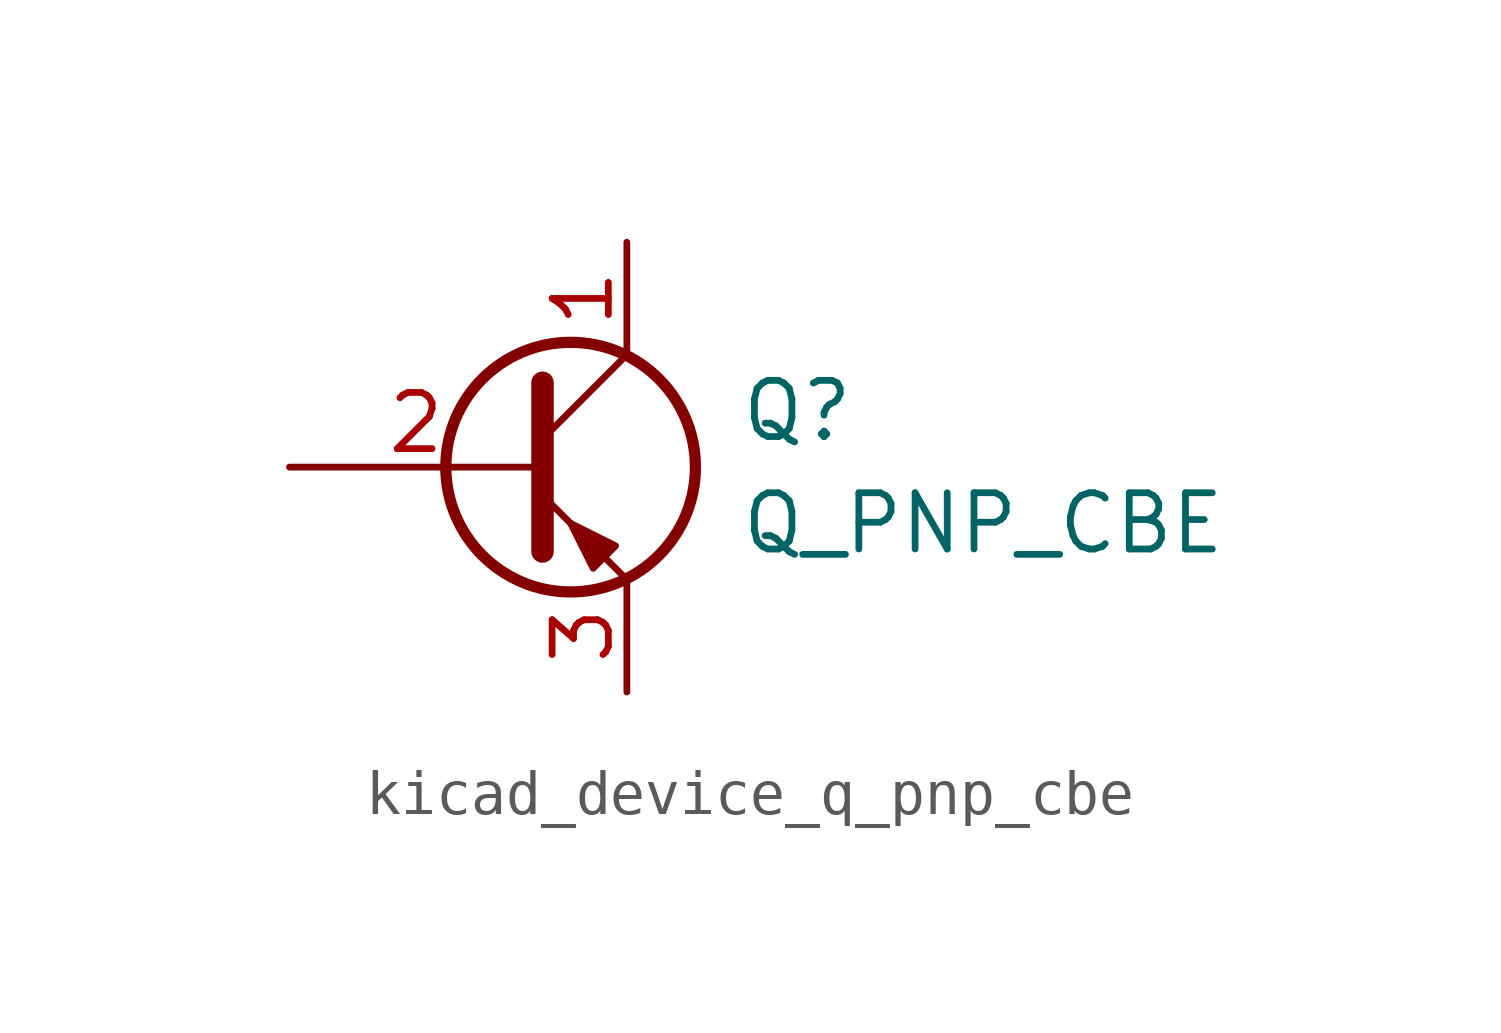
<source format=kicad_sym>
(kicad_symbol_lib
  (version 20220914)
  (generator kicad_symbol_editor)
  (symbol "kicad_device_q_pnp_cbe"
    (pin_names
      (offset 0) hide)
    (property "Reference" "Q"
      (at 5.08 1.27 0)
      (effects (font (size 1.27 1.27)) (justify left)))
    (property "Value" "Q_PNP_CBE"
      (at 5.08 -1.27 0)
      (effects (font (size 1.27 1.27)) (justify left)))
    (symbol "kicad_device_q_pnp_cbe_0_1"
      (polyline (pts (xy 0.635 0.635) (xy 2.54 2.54)) (stroke (width 0) (type default)) (fill (type none)))
      (polyline (pts (xy 0.635 -0.635) (xy 2.54 -2.54) (xy 2.54 -2.54)) (stroke (width 0) (type default)) (fill (type none)))
      (polyline (pts (xy 0.635 1.905) (xy 0.635 -1.905) (xy 0.635 -1.905)) (stroke (width 0.508) (type default)) (fill (type none)))
      (polyline (pts (xy 2.286 -1.778) (xy 1.778 -2.286) (xy 1.27 -1.27) (xy 2.286 -1.778) (xy 2.286 -1.778)) (stroke (width 0) (type default)) (fill (type outline)))
      (circle (center 1.27 0) (radius 2.819) (stroke (width 0.254) (type default)) (fill (type none))))
    (symbol "kicad_device_q_pnp_cbe_1_1"
      (pin passive line (at 2.54 5.08 270) (length 2.54) (name "C" (effects (font (size 1.27 1.27)))) (number "1" (effects (font (size 1.27 1.27)))))
      (pin input line (at -5.08 0 0) (length 5.715) (name "B" (effects (font (size 1.27 1.27)))) (number "2" (effects (font (size 1.27 1.27)))))
      (pin passive line (at 2.54 -5.08 90) (length 2.54) (name "E" (effects (font (size 1.27 1.27)))) (number "3" (effects (font (size 1.27 1.27))))))))
</source>
